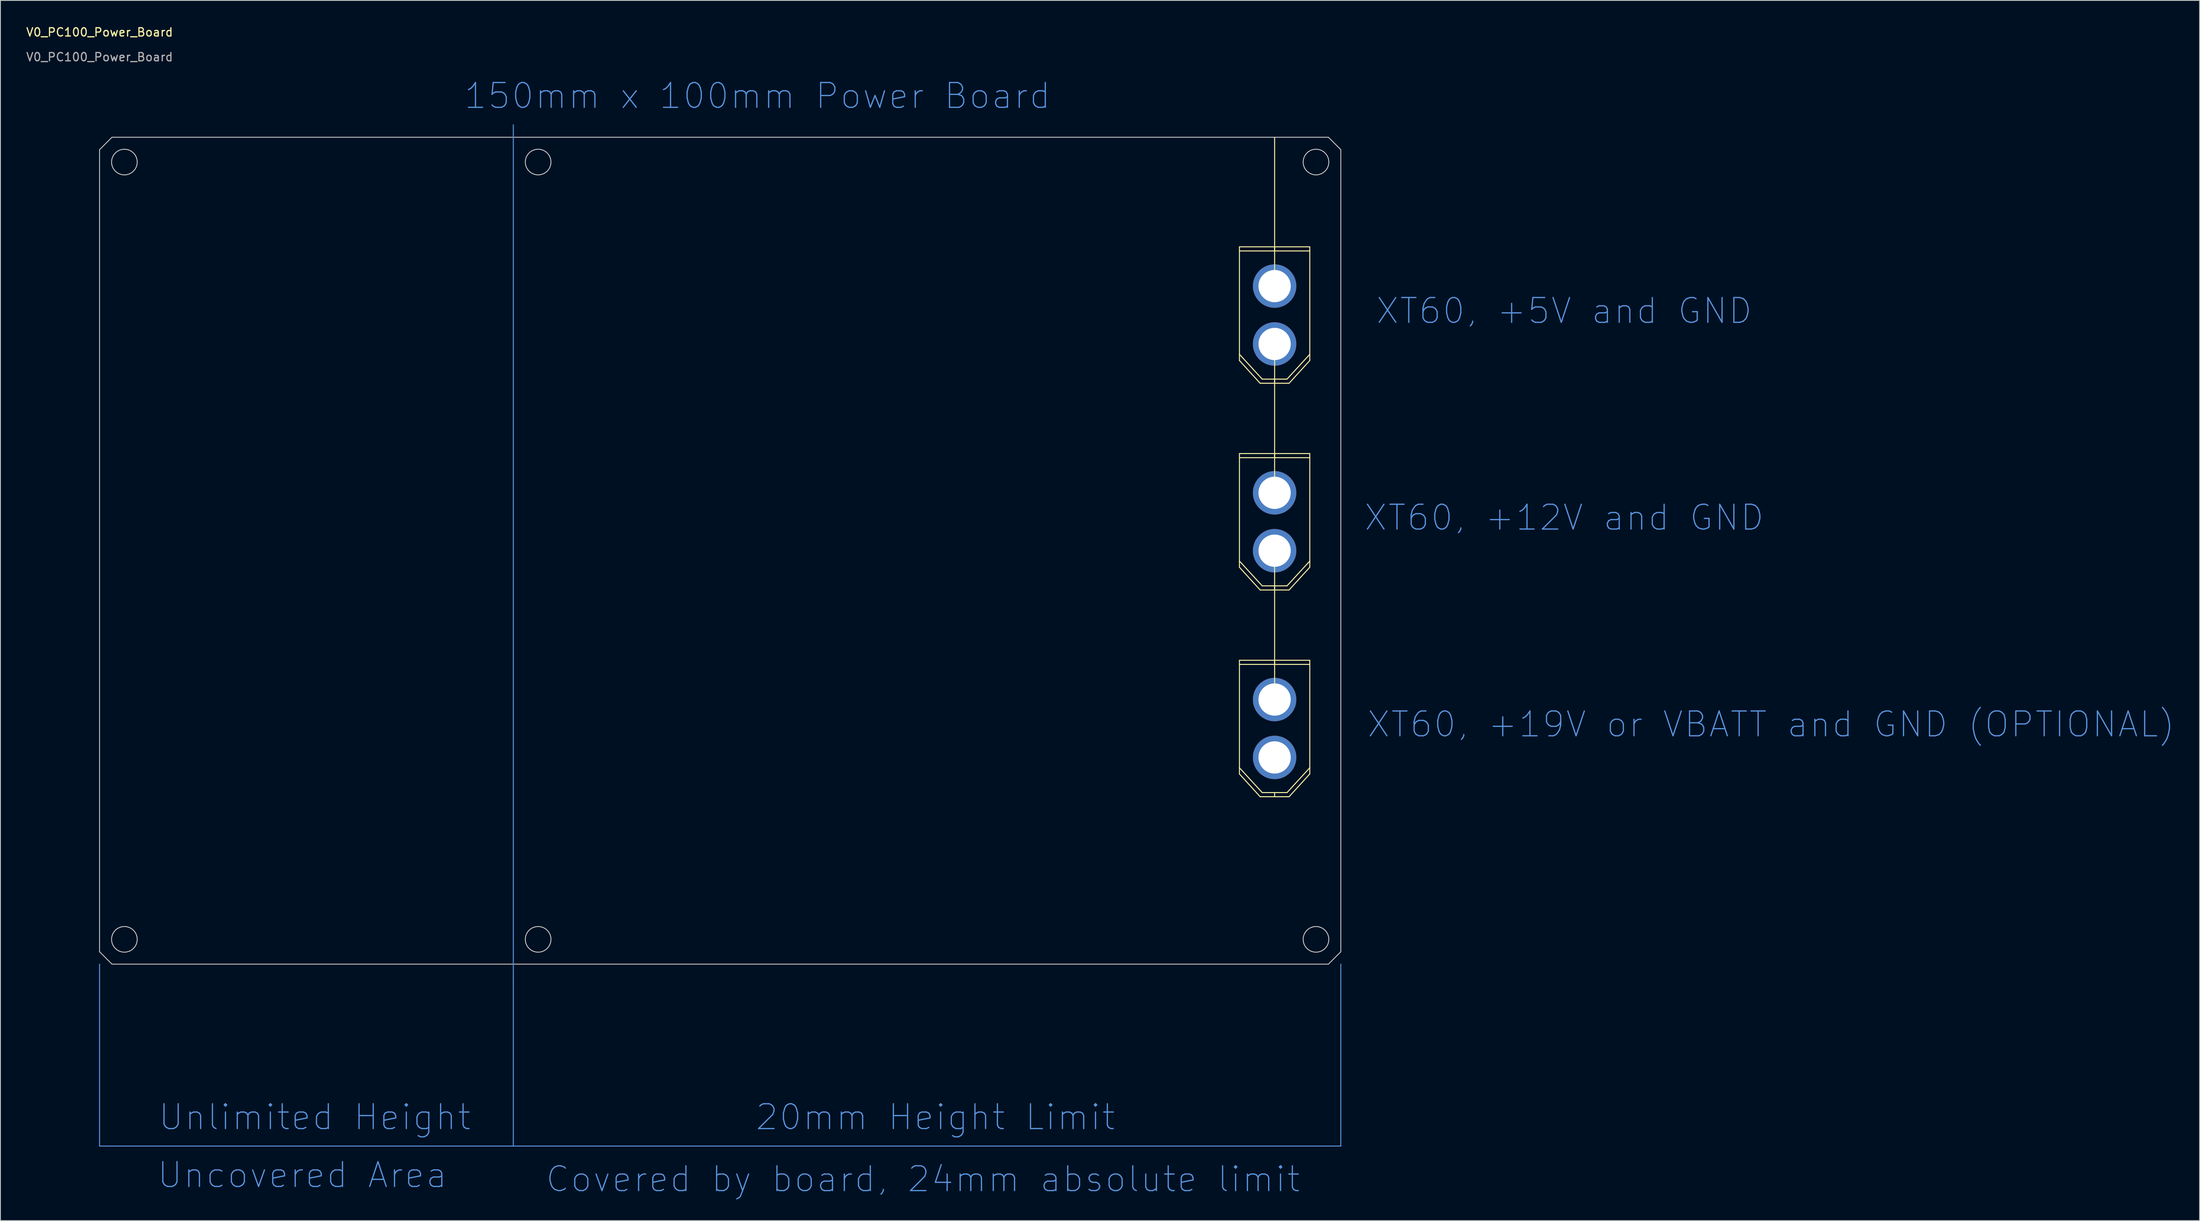
<source format=kicad_pcb>
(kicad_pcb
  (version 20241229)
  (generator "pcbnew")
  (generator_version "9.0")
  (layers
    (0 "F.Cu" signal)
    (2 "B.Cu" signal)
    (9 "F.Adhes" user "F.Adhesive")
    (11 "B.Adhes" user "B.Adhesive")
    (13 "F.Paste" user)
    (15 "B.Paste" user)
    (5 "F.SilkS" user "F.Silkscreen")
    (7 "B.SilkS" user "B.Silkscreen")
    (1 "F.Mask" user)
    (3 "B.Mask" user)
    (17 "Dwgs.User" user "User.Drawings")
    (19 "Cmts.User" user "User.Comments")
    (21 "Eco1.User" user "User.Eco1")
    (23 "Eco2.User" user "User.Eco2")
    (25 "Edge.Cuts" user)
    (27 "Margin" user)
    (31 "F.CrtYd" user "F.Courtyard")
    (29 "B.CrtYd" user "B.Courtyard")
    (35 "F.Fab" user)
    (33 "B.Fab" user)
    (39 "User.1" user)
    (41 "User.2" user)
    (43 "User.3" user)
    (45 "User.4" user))
  (footprint "V0_PC100_Power_Board"
    (layer "F.Cu")
    (at 8.982 13.548)
    (property "Reference" "V0_PC100_Power_Board" (at 0 -12.7 0) (unlocked yes) (layer "F.SilkS") (effects (font (size 1 1) (thickness 0.15))))
    (attr through_hole)
    (fp_line (start 137.75 26.25) (end 137.75 13.25) (stroke (width 0.12) (type solid)) (layer "F.SilkS"))
    (fp_line (start 137.75 26.25) (end 137.75 27) (stroke (width 0.12) (type solid)) (layer "F.SilkS"))
    (fp_line (start 137.75 26.25) (end 140.5 29.25) (stroke (width 0.12) (type solid)) (layer "F.SilkS"))
    (fp_line (start 137.75 27) (end 140.25 29.75) (stroke (width 0.12) (type solid)) (layer "F.SilkS"))
    (fp_line (start 137.75 51.25) (end 137.75 38.25) (stroke (width 0.12) (type solid)) (layer "F.SilkS"))
    (fp_line (start 137.75 51.25) (end 137.75 52) (stroke (width 0.12) (type solid)) (layer "F.SilkS"))
    (fp_line (start 137.75 51.25) (end 140.5 54.25) (stroke (width 0.12) (type solid)) (layer "F.SilkS"))
    (fp_line (start 137.75 52) (end 140.25 54.75) (stroke (width 0.12) (type solid)) (layer "F.SilkS"))
    (fp_line (start 137.75 76.25) (end 137.75 63.25) (stroke (width 0.12) (type solid)) (layer "F.SilkS"))
    (fp_line (start 137.75 76.25) (end 137.75 77) (stroke (width 0.12) (type solid)) (layer "F.SilkS"))
    (fp_line (start 137.75 76.25) (end 140.5 79.25) (stroke (width 0.12) (type solid)) (layer "F.SilkS"))
    (fp_line (start 137.75 77) (end 140.25 79.75) (stroke (width 0.12) (type solid)) (layer "F.SilkS"))
    (fp_line (start 142 0) (end 142 18) (stroke (width 0.12) (type solid)) (layer "F.SilkS"))
    (fp_line (start 142 13.25) (end 137.75 13.25) (stroke (width 0.12) (type solid)) (layer "F.SilkS"))
    (fp_line (start 142 13.25) (end 146.25 13.25) (stroke (width 0.12) (type solid)) (layer "F.SilkS"))
    (fp_line (start 142 13.75) (end 137.75 13.75) (stroke (width 0.12) (type solid)) (layer "F.SilkS"))
    (fp_line (start 142 13.75) (end 142 13.25) (stroke (width 0.12) (type solid)) (layer "F.SilkS"))
    (fp_line (start 142 13.75) (end 146.25 13.75) (stroke (width 0.12) (type solid)) (layer "F.SilkS"))
    (fp_line (start 142 25) (end 142 43) (stroke (width 0.12) (type solid)) (layer "F.SilkS"))
    (fp_line (start 142 29.25) (end 140.5 29.25) (stroke (width 0.12) (type solid)) (layer "F.SilkS"))
    (fp_line (start 142 29.25) (end 142 29.75) (stroke (width 0.12) (type solid)) (layer "F.SilkS"))
    (fp_line (start 142 29.25) (end 143.5 29.25) (stroke (width 0.12) (type solid)) (layer "F.SilkS"))
    (fp_line (start 142 29.75) (end 140.25 29.75) (stroke (width 0.12) (type solid)) (layer "F.SilkS"))
    (fp_line (start 142 29.75) (end 143.75 29.75) (stroke (width 0.12) (type solid)) (layer "F.SilkS"))
    (fp_line (start 142 38.25) (end 137.75 38.25) (stroke (width 0.12) (type solid)) (layer "F.SilkS"))
    (fp_line (start 142 38.25) (end 146.25 38.25) (stroke (width 0.12) (type solid)) (layer "F.SilkS"))
    (fp_line (start 142 38.75) (end 137.75 38.75) (stroke (width 0.12) (type solid)) (layer "F.SilkS"))
    (fp_line (start 142 38.75) (end 142 38.25) (stroke (width 0.12) (type solid)) (layer "F.SilkS"))
    (fp_line (start 142 38.75) (end 146.25 38.75) (stroke (width 0.12) (type solid)) (layer "F.SilkS"))
    (fp_line (start 142 50) (end 142 68) (stroke (width 0.12) (type solid)) (layer "F.SilkS"))
    (fp_line (start 142 54.25) (end 140.5 54.25) (stroke (width 0.12) (type solid)) (layer "F.SilkS"))
    (fp_line (start 142 54.25) (end 142 54.75) (stroke (width 0.12) (type solid)) (layer "F.SilkS"))
    (fp_line (start 142 54.25) (end 143.5 54.25) (stroke (width 0.12) (type solid)) (layer "F.SilkS"))
    (fp_line (start 142 54.75) (end 140.25 54.75) (stroke (width 0.12) (type solid)) (layer "F.SilkS"))
    (fp_line (start 142 54.75) (end 143.75 54.75) (stroke (width 0.12) (type solid)) (layer "F.SilkS"))
    (fp_line (start 142 63.25) (end 137.75 63.25) (stroke (width 0.12) (type solid)) (layer "F.SilkS"))
    (fp_line (start 142 63.25) (end 146.25 63.25) (stroke (width 0.12) (type solid)) (layer "F.SilkS"))
    (fp_line (start 142 63.75) (end 137.75 63.75) (stroke (width 0.12) (type solid)) (layer "F.SilkS"))
    (fp_line (start 142 63.75) (end 142 63.25) (stroke (width 0.12) (type solid)) (layer "F.SilkS"))
    (fp_line (start 142 63.75) (end 146.25 63.75) (stroke (width 0.12) (type solid)) (layer "F.SilkS"))
    (fp_line (start 142 79.25) (end 140.5 79.25) (stroke (width 0.12) (type solid)) (layer "F.SilkS"))
    (fp_line (start 142 79.25) (end 142 79.75) (stroke (width 0.12) (type solid)) (layer "F.SilkS"))
    (fp_line (start 142 79.25) (end 143.5 79.25) (stroke (width 0.12) (type solid)) (layer "F.SilkS"))
    (fp_line (start 142 79.75) (end 140.25 79.75) (stroke (width 0.12) (type solid)) (layer "F.SilkS"))
    (fp_line (start 142 79.75) (end 143.75 79.75) (stroke (width 0.12) (type solid)) (layer "F.SilkS"))
    (fp_line (start 143.75 29.75) (end 146.25 27) (stroke (width 0.12) (type solid)) (layer "F.SilkS"))
    (fp_line (start 143.75 54.75) (end 146.25 52) (stroke (width 0.12) (type solid)) (layer "F.SilkS"))
    (fp_line (start 143.75 79.75) (end 146.25 77) (stroke (width 0.12) (type solid)) (layer "F.SilkS"))
    (fp_line (start 146.25 13.75) (end 146.25 13.25) (stroke (width 0.12) (type solid)) (layer "F.SilkS"))
    (fp_line (start 146.25 26.25) (end 143.5 29.25) (stroke (width 0.12) (type solid)) (layer "F.SilkS"))
    (fp_line (start 146.25 26.25) (end 146.25 13.75) (stroke (width 0.12) (type solid)) (layer "F.SilkS"))
    (fp_line (start 146.25 27) (end 146.25 26.25) (stroke (width 0.12) (type solid)) (layer "F.SilkS"))
    (fp_line (start 146.25 38.75) (end 146.25 38.25) (stroke (width 0.12) (type solid)) (layer "F.SilkS"))
    (fp_line (start 146.25 51.25) (end 143.5 54.25) (stroke (width 0.12) (type solid)) (layer "F.SilkS"))
    (fp_line (start 146.25 51.25) (end 146.25 38.75) (stroke (width 0.12) (type solid)) (layer "F.SilkS"))
    (fp_line (start 146.25 52) (end 146.25 51.25) (stroke (width 0.12) (type solid)) (layer "F.SilkS"))
    (fp_line (start 146.25 63.75) (end 146.25 63.25) (stroke (width 0.12) (type solid)) (layer "F.SilkS"))
    (fp_line (start 146.25 76.25) (end 143.5 79.25) (stroke (width 0.12) (type solid)) (layer "F.SilkS"))
    (fp_line (start 146.25 76.25) (end 146.25 63.75) (stroke (width 0.12) (type solid)) (layer "F.SilkS"))
    (fp_line (start 146.25 77) (end 146.25 76.25) (stroke (width 0.12) (type solid)) (layer "F.SilkS"))
    (fp_line (start 0 100) (end 0 122) (stroke (width 0.12) (type solid)) (layer "Cmts.User"))
    (fp_line (start 0 122) (end 50 122) (stroke (width 0.12) (type solid)) (layer "Cmts.User"))
    (fp_line (start 50 0) (end 50 -1.5) (stroke (width 0.12) (type solid)) (layer "Cmts.User"))
    (fp_line (start 50 0) (end 50 100) (stroke (width 0.12) (type solid)) (layer "Cmts.User"))
    (fp_line (start 50 100) (end 50 102) (stroke (width 0.12) (type solid)) (layer "Cmts.User"))
    (fp_line (start 50 102) (end 50 122) (stroke (width 0.12) (type solid)) (layer "Cmts.User"))
    (fp_line (start 50 122) (end 150 122) (stroke (width 0.12) (type solid)) (layer "Cmts.User"))
    (fp_line (start 150 122) (end 150 100) (stroke (width 0.12) (type solid)) (layer "Cmts.User"))
    (fp_line (start 0 1.5) (end 0 98.5) (stroke (width 0.1) (type solid)) (layer "Edge.Cuts"))
    (fp_line (start 0 98.5) (end 1.5 100) (stroke (width 0.1) (type solid)) (layer "Edge.Cuts"))
    (fp_line (start 1.5 0) (end 0 1.5) (stroke (width 0.1) (type solid)) (layer "Edge.Cuts"))
    (fp_line (start 1.5 100) (end 148.5 100) (stroke (width 0.1) (type solid)) (layer "Edge.Cuts"))
    (fp_line (start 148.5 0) (end 1.5 0) (stroke (width 0.1) (type solid)) (layer "Edge.Cuts"))
    (fp_line (start 148.5 0) (end 150 1.5) (stroke (width 0.1) (type solid)) (layer "Edge.Cuts"))
    (fp_line (start 150 98.5) (end 148.5 100) (stroke (width 0.1) (type solid)) (layer "Edge.Cuts"))
    (fp_line (start 150 98.5) (end 150 1.5) (stroke (width 0.1) (type solid)) (layer "Edge.Cuts"))
    (fp_circle (center 3 3) (end 4.55 3) (stroke (width 0.1) (type solid)) (fill no) (layer "Edge.Cuts"))
    (fp_circle (center 3 97) (end 4.55 97) (stroke (width 0.1) (type solid)) (fill no) (layer "Edge.Cuts"))
    (fp_circle (center 53 3) (end 54.55 3) (stroke (width 0.1) (type solid)) (fill no) (layer "Edge.Cuts"))
    (fp_circle (center 53 97) (end 54.55 97) (stroke (width 0.1) (type solid)) (fill no) (layer "Edge.Cuts"))
    (fp_circle (center 147 3) (end 148.55 3) (stroke (width 0.1) (type solid)) (fill no) (layer "Edge.Cuts"))
    (fp_circle (center 147 97) (end 148.55 97) (stroke (width 0.1) (type solid)) (fill no) (layer "Edge.Cuts"))
    (fp_text user "Uncovered Area" (at 24.5 125.5 0) (unlocked yes) (layer "Cmts.User") (effects (font (size 3 3) (thickness 0.15))))
    (fp_text user "XT60, +5V and GND" (at 177 21 0) (unlocked yes) (layer "Cmts.User") (effects (font (size 3 3) (thickness 0.15))))
    (fp_text user "XT60, +19V or VBATT and GND (OPTIONAL)" (at 202 71 0) (unlocked yes) (layer "Cmts.User") (effects (font (size 3 3) (thickness 0.15))))
    (fp_text user "Covered by board, 24mm absolute limit" (at 99.5 126 0) (unlocked yes) (layer "Cmts.User") (effects (font (size 3 3) (thickness 0.15))))
    (fp_text user "20mm Height Limit" (at 101 118.5 0) (unlocked yes) (layer "Cmts.User") (effects (font (size 3 3) (thickness 0.15))))
    (fp_text user "150mm x 100mm Power Board" (at 79.5 -5 0) (unlocked yes) (layer "Cmts.User") (effects (font (size 3 3) (thickness 0.15))))
    (fp_text user "Unlimited Height" (at 26 118.5 0) (unlocked yes) (layer "Cmts.User") (effects (font (size 3 3) (thickness 0.15))))
    (fp_text user "XT60, +12V and GND" (at 177 46 0) (unlocked yes) (layer "Cmts.User") (effects (font (size 3 3) (thickness 0.15))))
    (fp_text user "${REFERENCE}" (at 0 -9.7 0) (unlocked yes) (layer "F.Fab") (effects (font (size 1 1) (thickness 0.15))))
    (pad "+5" thru_hole circle (at 142 18) (size 5.25 5.25) (drill 3.9) (layers "*.Cu" "*.Mask"))
    (pad "+12" thru_hole circle (at 142 43) (size 5.25 5.25) (drill 3.9) (layers "*.Cu" "*.Mask"))
    (pad "+19" thru_hole circle (at 142 68) (size 5.25 5.25) (drill 3.9) (layers "*.Cu" "*.Mask"))
    (pad "GND" thru_hole circle (at 142 25) (size 5.25 5.25) (drill 3.9) (layers "*.Cu" "*.Mask"))
    (pad "GND" thru_hole circle (at 142 50) (size 5.25 5.25) (drill 3.9) (layers "*.Cu" "*.Mask"))
    (pad "GND" thru_hole circle (at 142 75) (size 5.25 5.25) (drill 3.9) (layers "*.Cu" "*.Mask")))
  (gr_rect
    (start -3 -3)
    (end 262.764 144.566)
    (stroke (width 0.1) (type default))
    (fill no)
    (layer "Edge.Cuts")))
</source>
